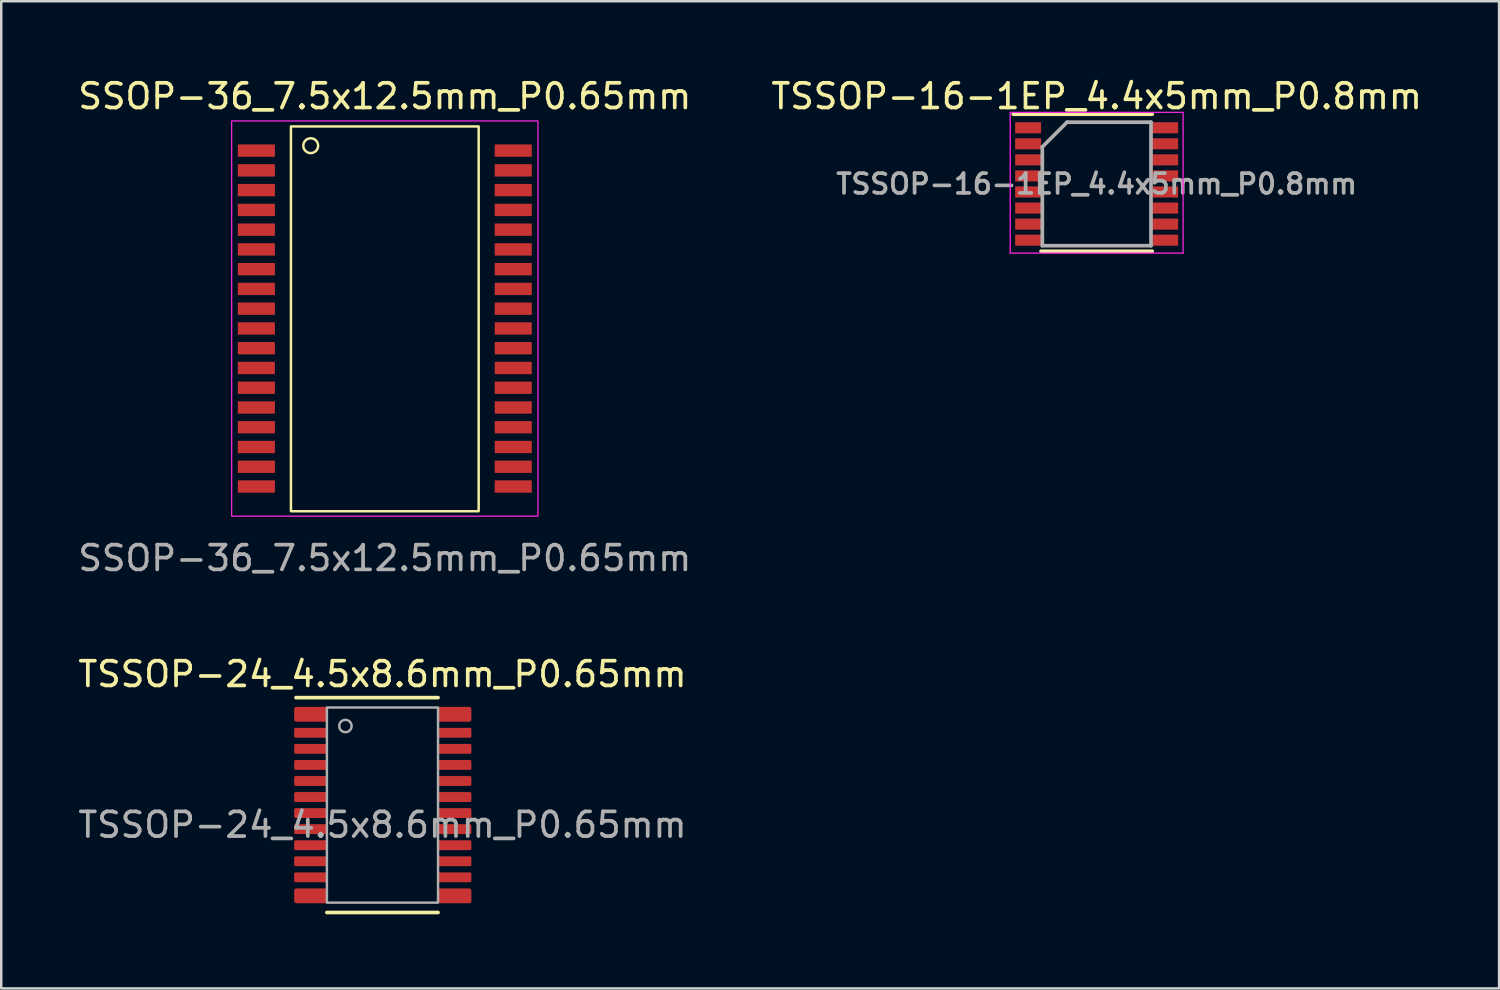
<source format=kicad_pcb>
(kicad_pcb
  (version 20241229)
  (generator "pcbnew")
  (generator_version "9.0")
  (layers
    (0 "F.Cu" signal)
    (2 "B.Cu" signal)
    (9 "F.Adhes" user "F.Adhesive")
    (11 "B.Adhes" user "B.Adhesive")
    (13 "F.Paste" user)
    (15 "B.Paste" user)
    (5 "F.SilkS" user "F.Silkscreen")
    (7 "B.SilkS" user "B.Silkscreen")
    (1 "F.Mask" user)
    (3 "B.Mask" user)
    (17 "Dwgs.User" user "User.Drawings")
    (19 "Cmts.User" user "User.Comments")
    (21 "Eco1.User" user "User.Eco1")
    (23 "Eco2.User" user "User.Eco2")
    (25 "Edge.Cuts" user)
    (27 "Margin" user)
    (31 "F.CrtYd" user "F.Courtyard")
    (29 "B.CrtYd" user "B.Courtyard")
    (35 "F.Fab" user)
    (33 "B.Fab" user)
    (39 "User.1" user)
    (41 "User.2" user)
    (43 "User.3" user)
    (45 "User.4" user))
  (footprint "TSSOP-24_4.5x8.6mm_P0.65mm"
    (layer "F.Cu")
    (at 12.435 29.545)
    (property "Reference" "TSSOP-24_4.5x8.6mm_P0.65mm" (at 0 -5.3 0) (unlocked yes) (layer "F.SilkS") (effects (font (size 1 1) (thickness 0.15))))
    (attr smd)
    (fp_line (start -3.5 -4.35) (end 2.25 -4.35) (stroke (width 0.15) (type solid)) (layer "F.SilkS"))
    (fp_line (start -2.25 4.35) (end 2.25 4.35) (stroke (width 0.15) (type solid)) (layer "F.SilkS"))
    (fp_rect (start -2.25 -3.95) (end 2.25 3.95) (stroke (width 0.1) (type default)) (fill no) (layer "F.Fab"))
    (fp_circle (center -1.5 -3.2) (end -1.25 -3.2) (stroke (width 0.1) (type default)) (fill no) (layer "F.Fab"))
    (fp_text user "${REFERENCE}" (at 0 0.8 0) (unlocked yes) (layer "F.Fab") (effects (font (size 1 1) (thickness 0.15))))
    (pad "1" smd roundrect (at -2.9 -3.675) (size 1.35 0.6) (layers "F.Cu" "F.Mask" "F.Paste") (roundrect_rratio 0.15))
    (pad "2" smd roundrect (at -2.9 -2.925) (size 1.35 0.4) (layers "F.Cu" "F.Mask" "F.Paste") (roundrect_rratio 0.15))
    (pad "3" smd roundrect (at -2.9 -2.275) (size 1.35 0.4) (layers "F.Cu" "F.Mask" "F.Paste") (roundrect_rratio 0.15))
    (pad "4" smd roundrect (at -2.9 -1.625) (size 1.35 0.4) (layers "F.Cu" "F.Mask" "F.Paste") (roundrect_rratio 0.15))
    (pad "5" smd roundrect (at -2.9 -0.975) (size 1.35 0.4) (layers "F.Cu" "F.Mask" "F.Paste") (roundrect_rratio 0.15))
    (pad "6" smd roundrect (at -2.9 -0.325) (size 1.35 0.4) (layers "F.Cu" "F.Mask" "F.Paste") (roundrect_rratio 0.15))
    (pad "7" smd roundrect (at -2.9 0.325) (size 1.35 0.4) (layers "F.Cu" "F.Mask" "F.Paste") (roundrect_rratio 0.15))
    (pad "8" smd roundrect (at -2.9 0.975) (size 1.35 0.4) (layers "F.Cu" "F.Mask" "F.Paste") (roundrect_rratio 0.15))
    (pad "9" smd roundrect (at -2.9 1.625) (size 1.35 0.4) (layers "F.Cu" "F.Mask" "F.Paste") (roundrect_rratio 0.15))
    (pad "10" smd roundrect (at -2.9 2.275) (size 1.35 0.4) (layers "F.Cu" "F.Mask" "F.Paste") (roundrect_rratio 0.15))
    (pad "11" smd roundrect (at -2.9 2.925) (size 1.35 0.4) (layers "F.Cu" "F.Mask" "F.Paste") (roundrect_rratio 0.15))
    (pad "12" smd roundrect (at -2.9 3.675) (size 1.35 0.6) (layers "F.Cu" "F.Mask" "F.Paste") (roundrect_rratio 0.15))
    (pad "13" smd roundrect (at 2.925 3.675) (size 1.35 0.6) (layers "F.Cu" "F.Mask" "F.Paste") (roundrect_rratio 0.15))
    (pad "14" smd roundrect (at 2.925 2.925) (size 1.35 0.4) (layers "F.Cu" "F.Mask" "F.Paste") (roundrect_rratio 0.15))
    (pad "15" smd roundrect (at 2.925 2.275) (size 1.35 0.4) (layers "F.Cu" "F.Mask" "F.Paste") (roundrect_rratio 0.15))
    (pad "16" smd roundrect (at 2.925 1.625) (size 1.35 0.4) (layers "F.Cu" "F.Mask" "F.Paste") (roundrect_rratio 0.15))
    (pad "17" smd roundrect (at 2.925 0.975) (size 1.35 0.4) (layers "F.Cu" "F.Mask" "F.Paste") (roundrect_rratio 0.15))
    (pad "18" smd roundrect (at 2.925 0.325) (size 1.35 0.4) (layers "F.Cu" "F.Mask" "F.Paste") (roundrect_rratio 0.15))
    (pad "19" smd roundrect (at 2.925 -0.325) (size 1.35 0.4) (layers "F.Cu" "F.Mask" "F.Paste") (roundrect_rratio 0.15))
    (pad "20" smd roundrect (at 2.925 -0.975) (size 1.35 0.4) (layers "F.Cu" "F.Mask" "F.Paste") (roundrect_rratio 0.15))
    (pad "21" smd roundrect (at 2.925 -1.625) (size 1.35 0.4) (layers "F.Cu" "F.Mask" "F.Paste") (roundrect_rratio 0.15))
    (pad "22" smd roundrect (at 2.925 -2.275) (size 1.35 0.4) (layers "F.Cu" "F.Mask" "F.Paste") (roundrect_rratio 0.15))
    (pad "23" smd roundrect (at 2.925 -2.925) (size 1.35 0.4) (layers "F.Cu" "F.Mask" "F.Paste") (roundrect_rratio 0.15))
    (pad "24" smd roundrect (at 2.925 -3.675) (size 1.35 0.6) (layers "F.Cu" "F.Mask" "F.Paste") (roundrect_rratio 0.15)))
  (footprint "SSOP-36_7.5x12.5mm_P0.65mm"
    (layer "F.Cu")
    (at 12.53 9.848)
    (property "Reference" "SSOP-36_7.5x12.5mm_P0.65mm" (at 0 -9 0) (layer "F.SilkS") (effects (font (size 1 1) (thickness 0.15))))
    (attr smd)
    (fp_rect (start -3.8 -7.78) (end 3.8 7.8) (stroke (width 0.1) (type default)) (fill no) (layer "F.SilkS"))
    (fp_circle (center -3 -7) (end -3 -6.7) (stroke (width 0.1) (type default)) (fill no) (layer "F.SilkS"))
    (fp_rect (start -6.2 -8) (end 6.2 8) (stroke (width 0.05) (type default)) (fill no) (layer "F.CrtYd"))
    (fp_text user "${REFERENCE}" (at 0 9.7 0) (layer "F.Fab") (effects (font (size 1 1) (thickness 0.15))))
    (pad "1" smd rect (at -5.2 -6.8 180) (size 1.5 0.5) (layers "F.Cu" "F.Mask" "F.Paste"))
    (pad "2" smd rect (at -5.2 -6 180) (size 1.5 0.5) (layers "F.Cu" "F.Mask" "F.Paste"))
    (pad "3" smd rect (at -5.2 -5.2 180) (size 1.5 0.5) (layers "F.Cu" "F.Mask" "F.Paste"))
    (pad "4" smd rect (at -5.2 -4.4 180) (size 1.5 0.5) (layers "F.Cu" "F.Mask" "F.Paste"))
    (pad "5" smd rect (at -5.2 -3.6 180) (size 1.5 0.5) (layers "F.Cu" "F.Mask" "F.Paste"))
    (pad "6" smd rect (at -5.2 -2.8 180) (size 1.5 0.5) (layers "F.Cu" "F.Mask" "F.Paste"))
    (pad "7" smd rect (at -5.2 -2 180) (size 1.5 0.5) (layers "F.Cu" "F.Mask" "F.Paste"))
    (pad "8" smd rect (at -5.2 -1.2 180) (size 1.5 0.5) (layers "F.Cu" "F.Mask" "F.Paste"))
    (pad "9" smd rect (at -5.2 -0.4 180) (size 1.5 0.5) (layers "F.Cu" "F.Mask" "F.Paste"))
    (pad "10" smd rect (at -5.2 0.4 180) (size 1.5 0.5) (layers "F.Cu" "F.Mask" "F.Paste"))
    (pad "11" smd rect (at -5.2 1.2 180) (size 1.5 0.5) (layers "F.Cu" "F.Mask" "F.Paste"))
    (pad "12" smd rect (at -5.2 2 180) (size 1.5 0.5) (layers "F.Cu" "F.Mask" "F.Paste"))
    (pad "13" smd rect (at -5.2 2.8 180) (size 1.5 0.5) (layers "F.Cu" "F.Mask" "F.Paste"))
    (pad "14" smd rect (at -5.2 3.6 180) (size 1.5 0.5) (layers "F.Cu" "F.Mask" "F.Paste"))
    (pad "15" smd rect (at -5.2 4.4 180) (size 1.5 0.5) (layers "F.Cu" "F.Mask" "F.Paste"))
    (pad "16" smd rect (at -5.2 5.2 180) (size 1.5 0.5) (layers "F.Cu" "F.Mask" "F.Paste"))
    (pad "17" smd rect (at -5.2 6 180) (size 1.5 0.5) (layers "F.Cu" "F.Mask" "F.Paste"))
    (pad "18" smd rect (at -5.2 6.8 180) (size 1.5 0.5) (layers "F.Cu" "F.Mask" "F.Paste"))
    (pad "19" smd rect (at 5.2 6.8 180) (size 1.5 0.5) (layers "F.Cu" "F.Mask" "F.Paste"))
    (pad "20" smd rect (at 5.2 6 180) (size 1.5 0.5) (layers "F.Cu" "F.Mask" "F.Paste"))
    (pad "21" smd rect (at 5.2 5.2 180) (size 1.5 0.5) (layers "F.Cu" "F.Mask" "F.Paste"))
    (pad "22" smd rect (at 5.2 4.4 180) (size 1.5 0.5) (layers "F.Cu" "F.Mask" "F.Paste"))
    (pad "23" smd rect (at 5.2 3.6 180) (size 1.5 0.5) (layers "F.Cu" "F.Mask" "F.Paste"))
    (pad "24" smd rect (at 5.2 2.8 180) (size 1.5 0.5) (layers "F.Cu" "F.Mask" "F.Paste"))
    (pad "25" smd rect (at 5.2 2 180) (size 1.5 0.5) (layers "F.Cu" "F.Mask" "F.Paste"))
    (pad "26" smd rect (at 5.2 1.2 180) (size 1.5 0.5) (layers "F.Cu" "F.Mask" "F.Paste"))
    (pad "27" smd rect (at 5.2 0.4 180) (size 1.5 0.5) (layers "F.Cu" "F.Mask" "F.Paste"))
    (pad "28" smd rect (at 5.2 -0.4 180) (size 1.5 0.5) (layers "F.Cu" "F.Mask" "F.Paste"))
    (pad "29" smd rect (at 5.2 -1.2 180) (size 1.5 0.5) (layers "F.Cu" "F.Mask" "F.Paste"))
    (pad "30" smd rect (at 5.2 -2 180) (size 1.5 0.5) (layers "F.Cu" "F.Mask" "F.Paste"))
    (pad "31" smd rect (at 5.2 -2.8 180) (size 1.5 0.5) (layers "F.Cu" "F.Mask" "F.Paste"))
    (pad "32" smd rect (at 5.2 -3.6 180) (size 1.5 0.5) (layers "F.Cu" "F.Mask" "F.Paste"))
    (pad "33" smd rect (at 5.2 -4.4 180) (size 1.5 0.5) (layers "F.Cu" "F.Mask" "F.Paste"))
    (pad "34" smd rect (at 5.2 -5.2 180) (size 1.5 0.5) (layers "F.Cu" "F.Mask" "F.Paste"))
    (pad "35" smd rect (at 5.2 -6 180) (size 1.5 0.5) (layers "F.Cu" "F.Mask" "F.Paste"))
    (pad "36" smd rect (at 5.2 -6.8 180) (size 1.5 0.5) (layers "F.Cu" "F.Mask" "F.Paste")))
  (footprint "TSSOP-16-1EP_4.4x5mm_P0.8mm"
    (layer "F.Cu")
    (at 41.351 4.398)
    (property "Reference" "TSSOP-16-1EP_4.4x5mm_P0.8mm" (at 0 -3.55 0) (layer "F.SilkS") (effects (font (size 1 1) (thickness 0.15))))
    (attr smd)
    (fp_line (start -3.375 -2.825) (end 2.25 -2.825) (stroke (width 0.15) (type solid)) (layer "F.SilkS"))
    (fp_line (start -2.25 2.725) (end 2.25 2.725) (stroke (width 0.15) (type solid)) (layer "F.SilkS"))
    (fp_line (start -3.5 -2.9) (end -3.5 2.8) (stroke (width 0.05) (type solid)) (layer "F.CrtYd"))
    (fp_line (start -3.5 -2.9) (end 3.5 -2.9) (stroke (width 0.05) (type solid)) (layer "F.CrtYd"))
    (fp_line (start -3.5 2.8) (end 3.5 2.8) (stroke (width 0.05) (type solid)) (layer "F.CrtYd"))
    (fp_line (start 3.5 -2.9) (end 3.5 2.8) (stroke (width 0.05) (type solid)) (layer "F.CrtYd"))
    (fp_line (start -2.2 -1.5) (end -1.2 -2.5) (stroke (width 0.15) (type solid)) (layer "F.Fab"))
    (fp_line (start -2.2 2.5) (end -2.2 -1.5) (stroke (width 0.15) (type solid)) (layer "F.Fab"))
    (fp_line (start -1.2 -2.5) (end 2.2 -2.5) (stroke (width 0.15) (type solid)) (layer "F.Fab"))
    (fp_line (start 2.2 -2.5) (end 2.2 2.5) (stroke (width 0.15) (type solid)) (layer "F.Fab"))
    (fp_line (start 2.2 2.5) (end -2.2 2.5) (stroke (width 0.15) (type solid)) (layer "F.Fab"))
    (fp_text user "${REFERENCE}" (at 0 0 0) (layer "F.Fab") (effects (font (size 0.8 0.8) (thickness 0.15))))
    (pad "1" smd rect (at -2.775 -2.275) (size 1.05 0.45) (layers "F.Cu" "F.Mask" "F.Paste"))
    (pad "2" smd rect (at -2.775 -1.625) (size 1.05 0.45) (layers "F.Cu" "F.Mask" "F.Paste"))
    (pad "3" smd rect (at -2.775 -0.975) (size 1.05 0.45) (layers "F.Cu" "F.Mask" "F.Paste"))
    (pad "4" smd rect (at -2.775 -0.325) (size 1.05 0.45) (layers "F.Cu" "F.Mask" "F.Paste"))
    (pad "5" smd rect (at -2.775 0.325) (size 1.05 0.45) (layers "F.Cu" "F.Mask" "F.Paste"))
    (pad "6" smd rect (at -2.775 0.975) (size 1.05 0.45) (layers "F.Cu" "F.Mask" "F.Paste"))
    (pad "7" smd rect (at -2.775 1.625) (size 1.05 0.45) (layers "F.Cu" "F.Mask" "F.Paste"))
    (pad "8" smd rect (at -2.775 2.275) (size 1.05 0.45) (layers "F.Cu" "F.Mask" "F.Paste"))
    (pad "9" smd rect (at 2.775 2.275) (size 1.05 0.45) (layers "F.Cu" "F.Mask" "F.Paste"))
    (pad "10" smd rect (at 2.775 1.625) (size 1.05 0.45) (layers "F.Cu" "F.Mask" "F.Paste"))
    (pad "11" smd rect (at 2.775 0.975) (size 1.05 0.45) (layers "F.Cu" "F.Mask" "F.Paste"))
    (pad "12" smd rect (at 2.775 0.325) (size 1.05 0.45) (layers "F.Cu" "F.Mask" "F.Paste"))
    (pad "13" smd rect (at 2.775 -0.325) (size 1.05 0.45) (layers "F.Cu" "F.Mask" "F.Paste"))
    (pad "14" smd rect (at 2.775 -0.975) (size 1.05 0.45) (layers "F.Cu" "F.Mask" "F.Paste"))
    (pad "15" smd rect (at 2.775 -1.625) (size 1.05 0.45) (layers "F.Cu" "F.Mask" "F.Paste"))
    (pad "16" smd rect (at 2.775 -2.275) (size 1.05 0.45) (layers "F.Cu" "F.Mask" "F.Paste")))
  (gr_rect
    (start -3 -3)
    (end 57.643 36.97)
    (stroke (width 0.1) (type default))
    (fill no)
    (layer "Edge.Cuts")))
</source>
